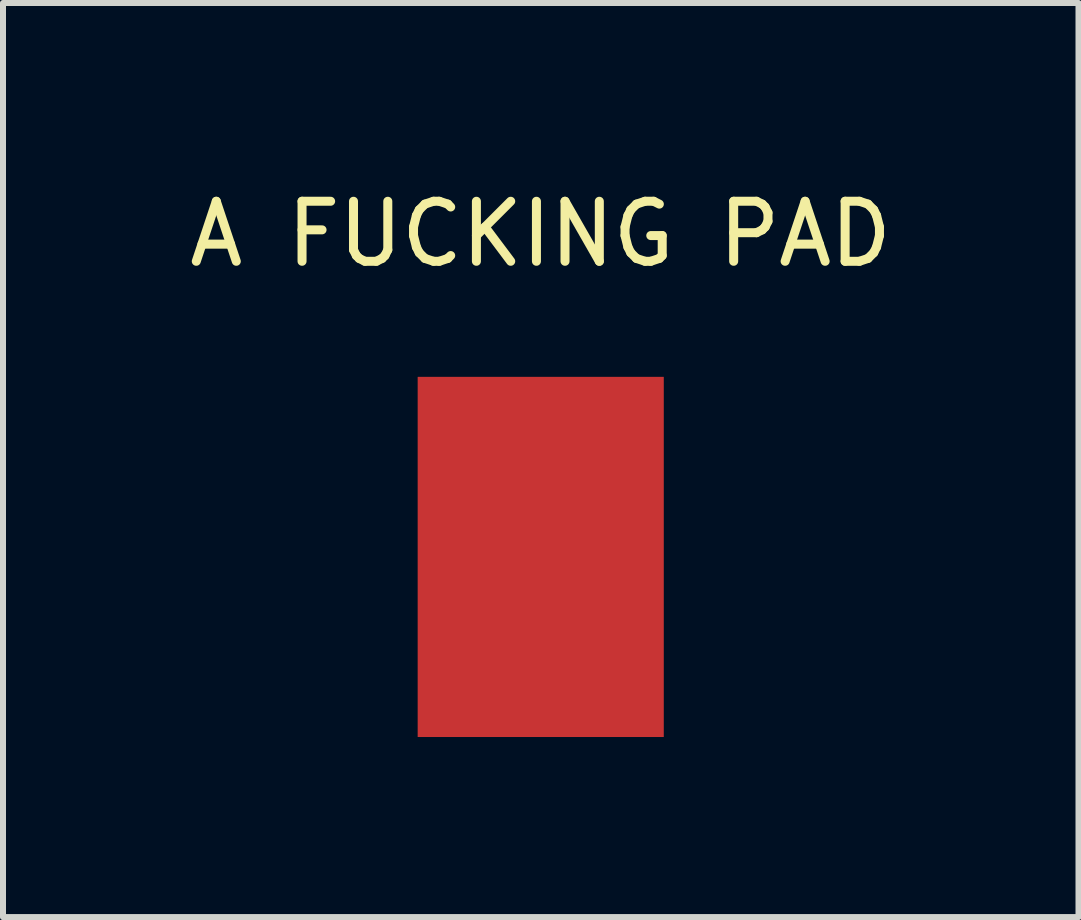
<source format=kicad_pcb>
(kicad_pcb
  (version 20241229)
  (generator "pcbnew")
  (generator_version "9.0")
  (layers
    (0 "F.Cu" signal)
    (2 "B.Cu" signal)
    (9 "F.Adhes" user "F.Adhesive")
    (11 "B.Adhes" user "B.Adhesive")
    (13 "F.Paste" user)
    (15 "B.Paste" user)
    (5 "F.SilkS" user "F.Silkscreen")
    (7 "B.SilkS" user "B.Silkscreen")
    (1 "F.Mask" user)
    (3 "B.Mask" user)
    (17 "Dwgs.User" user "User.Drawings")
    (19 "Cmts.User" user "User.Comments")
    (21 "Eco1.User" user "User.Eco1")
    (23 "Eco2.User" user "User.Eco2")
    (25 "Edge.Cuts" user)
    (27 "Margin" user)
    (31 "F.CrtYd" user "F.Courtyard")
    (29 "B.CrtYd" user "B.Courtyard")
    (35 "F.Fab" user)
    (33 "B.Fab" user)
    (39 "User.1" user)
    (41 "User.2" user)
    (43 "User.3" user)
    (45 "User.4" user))
  (footprint "A FUCKING PAD"
    (layer "F.Cu")
    (at 5.938 6.228)
    (property "Reference" "A FUCKING PAD" (at 0.02 -5.38 0) (unlocked yes) (layer "F.SilkS") (effects (font (size 1 1) (thickness 0.15))))
    (attr smd)
    (pad "1" smd rect (at 0.02 0) (size 4.1 6) (layers "F.Cu" "F.Mask" "F.Paste")))
  (gr_rect
    (start -3 -3)
    (end 14.917 12.228)
    (stroke (width 0.1) (type default))
    (fill no)
    (layer "Edge.Cuts")))
</source>
